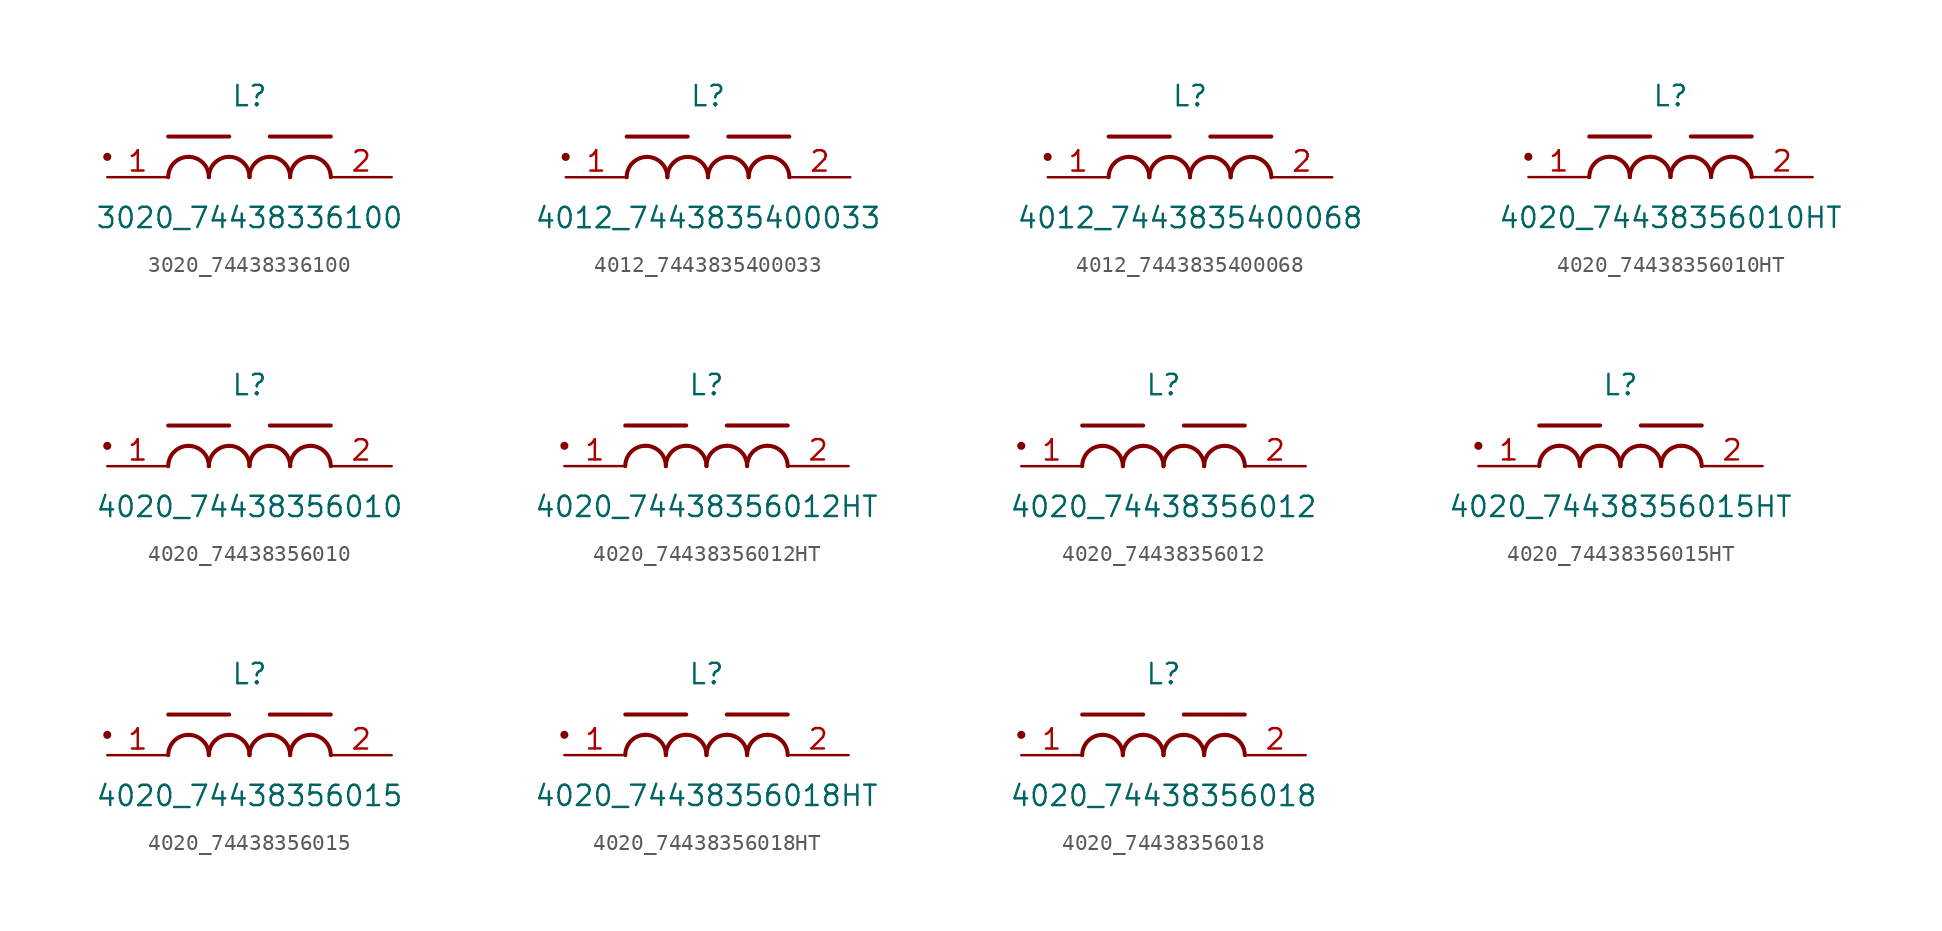
<source format=kicad_sym>
(kicad_symbol_lib
  (version 20211014)
  (generator kicad_symbol_editor)
  (symbol "Inductor_Wurth_WE-MAPI:3020_74438336100"
    (pin_names hide)
    (property "Reference" "L"
      (at 0 5.08 0)
      (effects (font (size 1.27 1.27))))
    (property "Value" "3020_74438336100"
      (at 0 -2.54 0)
      (effects (font (size 1.27 1.27))))
    (symbol "3020_74438336100_0_1"
      (circle (center -8.89 1.27) (radius 0.0001) (stroke (width 0.254)) (stroke (width 0.254) (type default) (color 0 0 0 0)) (fill (type none)))
      (arc (start -3.81 1.27) (mid -4.708 0.898) (end -5.08 0) (stroke (width 0.254) (type default) (color 0 0 0 0)) (fill (type none)))
      (arc (start -2.54 0) (mid -2.912 0.898) (end -3.81 1.27) (stroke (width 0.254) (type default) (color 0 0 0 0)) (fill (type none)))
      (arc (start -1.2699 1.2701) (mid -2.1679 0.8981) (end -2.5399 0.0001) (stroke (width 0.254) (type default) (color 0 0 0 0)) (fill (type none)))
      (polyline (pts (xy -5.08 2.54) (xy -1.27 2.54)) (stroke (width 0.254) (type default) (color 0 0 0 0)) (fill (type none)))
      (polyline (pts (xy 5.08 2.54) (xy 1.27 2.54)) (stroke (width 0.254) (type default) (color 0 0 0 0)) (fill (type none)))
      (arc (start 0.0001 0.0001) (mid -0.3719 0.8981) (end -1.2699 1.2701) (stroke (width 0.254) (type default) (color 0 0 0 0)) (fill (type none)))
      (arc (start 1.2701 1.2701) (mid 0.3721 0.8981) (end 0.0001 0.0001) (stroke (width 0.254) (type default) (color 0 0 0 0)) (fill (type none)))
      (arc (start 2.5401 0.0001) (mid 2.1681 0.8981) (end 1.2701 1.2701) (stroke (width 0.254) (type default) (color 0 0 0 0)) (fill (type none)))
      (arc (start 3.8101 1.2701) (mid 2.9121 0.8981) (end 2.5401 0.0001) (stroke (width 0.254) (type default) (color 0 0 0 0)) (fill (type none)))
      (arc (start 5.0801 0.0001) (mid 4.7081 0.8981) (end 3.8101 1.2701) (stroke (width 0.254) (type default) (color 0 0 0 0)) (fill (type none))))
    (symbol "3020_74438336100_1_1"
      (pin passive line (at -8.89 0 0) (length 3.81) (name "1" (effects (font (size 1.27 1.27)))) (number "1" (effects (font (size 1.27 1.27)))))
      (pin passive line (at 8.89 0 180) (length 3.81) (name "2" (effects (font (size 1.27 1.27)))) (number "2" (effects (font (size 1.27 1.27)))))))
  (symbol "Inductor_Wurth_WE-MAPI:4012_7443835400033"
    (pin_names hide)
    (property "Reference" "L"
      (at 0 5.08 0)
      (effects (font (size 1.27 1.27))))
    (property "Value" "4012_7443835400033"
      (at 0 -2.54 0)
      (effects (font (size 1.27 1.27))))
    (symbol "4012_7443835400033_0_1"
      (circle (center -8.89 1.27) (radius 0.0001) (stroke (width 0.254)) (stroke (width 0.254) (type default) (color 0 0 0 0)) (fill (type none)))
      (arc (start -3.81 1.27) (mid -4.708 0.898) (end -5.08 0) (stroke (width 0.254) (type default) (color 0 0 0 0)) (fill (type none)))
      (arc (start -2.54 0) (mid -2.912 0.898) (end -3.81 1.27) (stroke (width 0.254) (type default) (color 0 0 0 0)) (fill (type none)))
      (arc (start -1.2699 1.2701) (mid -2.1679 0.8981) (end -2.5399 0.0001) (stroke (width 0.254) (type default) (color 0 0 0 0)) (fill (type none)))
      (polyline (pts (xy -5.08 2.54) (xy -1.27 2.54)) (stroke (width 0.254) (type default) (color 0 0 0 0)) (fill (type none)))
      (polyline (pts (xy 5.08 2.54) (xy 1.27 2.54)) (stroke (width 0.254) (type default) (color 0 0 0 0)) (fill (type none)))
      (arc (start 0.0001 0.0001) (mid -0.3719 0.8981) (end -1.2699 1.2701) (stroke (width 0.254) (type default) (color 0 0 0 0)) (fill (type none)))
      (arc (start 1.2701 1.2701) (mid 0.3721 0.8981) (end 0.0001 0.0001) (stroke (width 0.254) (type default) (color 0 0 0 0)) (fill (type none)))
      (arc (start 2.5401 0.0001) (mid 2.1681 0.8981) (end 1.2701 1.2701) (stroke (width 0.254) (type default) (color 0 0 0 0)) (fill (type none)))
      (arc (start 3.8101 1.2701) (mid 2.9121 0.8981) (end 2.5401 0.0001) (stroke (width 0.254) (type default) (color 0 0 0 0)) (fill (type none)))
      (arc (start 5.0801 0.0001) (mid 4.7081 0.8981) (end 3.8101 1.2701) (stroke (width 0.254) (type default) (color 0 0 0 0)) (fill (type none))))
    (symbol "4012_7443835400033_1_1"
      (pin passive line (at -8.89 0 0) (length 3.81) (name "1" (effects (font (size 1.27 1.27)))) (number "1" (effects (font (size 1.27 1.27)))))
      (pin passive line (at 8.89 0 180) (length 3.81) (name "2" (effects (font (size 1.27 1.27)))) (number "2" (effects (font (size 1.27 1.27)))))))
  (symbol "Inductor_Wurth_WE-MAPI:4012_7443835400068"
    (pin_names hide)
    (property "Reference" "L"
      (at 0 5.08 0)
      (effects (font (size 1.27 1.27))))
    (property "Value" "4012_7443835400068"
      (at 0 -2.54 0)
      (effects (font (size 1.27 1.27))))
    (symbol "4012_7443835400068_0_1"
      (circle (center -8.89 1.27) (radius 0.0001) (stroke (width 0.254)) (stroke (width 0.254) (type default) (color 0 0 0 0)) (fill (type none)))
      (arc (start -3.81 1.27) (mid -4.708 0.898) (end -5.08 0) (stroke (width 0.254) (type default) (color 0 0 0 0)) (fill (type none)))
      (arc (start -2.54 0) (mid -2.912 0.898) (end -3.81 1.27) (stroke (width 0.254) (type default) (color 0 0 0 0)) (fill (type none)))
      (arc (start -1.2699 1.2701) (mid -2.1679 0.8981) (end -2.5399 0.0001) (stroke (width 0.254) (type default) (color 0 0 0 0)) (fill (type none)))
      (polyline (pts (xy -5.08 2.54) (xy -1.27 2.54)) (stroke (width 0.254) (type default) (color 0 0 0 0)) (fill (type none)))
      (polyline (pts (xy 5.08 2.54) (xy 1.27 2.54)) (stroke (width 0.254) (type default) (color 0 0 0 0)) (fill (type none)))
      (arc (start 0.0001 0.0001) (mid -0.3719 0.8981) (end -1.2699 1.2701) (stroke (width 0.254) (type default) (color 0 0 0 0)) (fill (type none)))
      (arc (start 1.2701 1.2701) (mid 0.3721 0.8981) (end 0.0001 0.0001) (stroke (width 0.254) (type default) (color 0 0 0 0)) (fill (type none)))
      (arc (start 2.5401 0.0001) (mid 2.1681 0.8981) (end 1.2701 1.2701) (stroke (width 0.254) (type default) (color 0 0 0 0)) (fill (type none)))
      (arc (start 3.8101 1.2701) (mid 2.9121 0.8981) (end 2.5401 0.0001) (stroke (width 0.254) (type default) (color 0 0 0 0)) (fill (type none)))
      (arc (start 5.0801 0.0001) (mid 4.7081 0.8981) (end 3.8101 1.2701) (stroke (width 0.254) (type default) (color 0 0 0 0)) (fill (type none))))
    (symbol "4012_7443835400068_1_1"
      (pin passive line (at -8.89 0 0) (length 3.81) (name "1" (effects (font (size 1.27 1.27)))) (number "1" (effects (font (size 1.27 1.27)))))
      (pin passive line (at 8.89 0 180) (length 3.81) (name "2" (effects (font (size 1.27 1.27)))) (number "2" (effects (font (size 1.27 1.27)))))))
  (symbol "Inductor_Wurth_WE-MAPI:4020_74438356010HT"
    (pin_names hide)
    (property "Reference" "L"
      (at 0 5.08 0)
      (effects (font (size 1.27 1.27))))
    (property "Value" "4020_74438356010HT"
      (at 0 -2.54 0)
      (effects (font (size 1.27 1.27))))
    (symbol "4020_74438356010HT_0_1"
      (circle (center -8.89 1.27) (radius 0.0001) (stroke (width 0.254)) (stroke (width 0.254) (type default) (color 0 0 0 0)) (fill (type none)))
      (arc (start -3.81 1.27) (mid -4.708 0.898) (end -5.08 0) (stroke (width 0.254) (type default) (color 0 0 0 0)) (fill (type none)))
      (arc (start -2.54 0) (mid -2.912 0.898) (end -3.81 1.27) (stroke (width 0.254) (type default) (color 0 0 0 0)) (fill (type none)))
      (arc (start -1.2699 1.2701) (mid -2.1679 0.8981) (end -2.5399 0.0001) (stroke (width 0.254) (type default) (color 0 0 0 0)) (fill (type none)))
      (polyline (pts (xy -5.08 2.54) (xy -1.27 2.54)) (stroke (width 0.254) (type default) (color 0 0 0 0)) (fill (type none)))
      (polyline (pts (xy 5.08 2.54) (xy 1.27 2.54)) (stroke (width 0.254) (type default) (color 0 0 0 0)) (fill (type none)))
      (arc (start 0.0001 0.0001) (mid -0.3719 0.8981) (end -1.2699 1.2701) (stroke (width 0.254) (type default) (color 0 0 0 0)) (fill (type none)))
      (arc (start 1.2701 1.2701) (mid 0.3721 0.8981) (end 0.0001 0.0001) (stroke (width 0.254) (type default) (color 0 0 0 0)) (fill (type none)))
      (arc (start 2.5401 0.0001) (mid 2.1681 0.8981) (end 1.2701 1.2701) (stroke (width 0.254) (type default) (color 0 0 0 0)) (fill (type none)))
      (arc (start 3.8101 1.2701) (mid 2.9121 0.8981) (end 2.5401 0.0001) (stroke (width 0.254) (type default) (color 0 0 0 0)) (fill (type none)))
      (arc (start 5.0801 0.0001) (mid 4.7081 0.8981) (end 3.8101 1.2701) (stroke (width 0.254) (type default) (color 0 0 0 0)) (fill (type none))))
    (symbol "4020_74438356010HT_1_1"
      (pin passive line (at -8.89 0 0) (length 3.81) (name "1" (effects (font (size 1.27 1.27)))) (number "1" (effects (font (size 1.27 1.27)))))
      (pin passive line (at 8.89 0 180) (length 3.81) (name "2" (effects (font (size 1.27 1.27)))) (number "2" (effects (font (size 1.27 1.27)))))))
  (symbol "Inductor_Wurth_WE-MAPI:4020_74438356010"
    (pin_names hide)
    (property "Reference" "L"
      (at 0 5.08 0)
      (effects (font (size 1.27 1.27))))
    (property "Value" "4020_74438356010"
      (at 0 -2.54 0)
      (effects (font (size 1.27 1.27))))
    (symbol "4020_74438356010_0_1"
      (circle (center -8.89 1.27) (radius 0.0001) (stroke (width 0.254)) (stroke (width 0.254) (type default) (color 0 0 0 0)) (fill (type none)))
      (arc (start -3.81 1.27) (mid -4.708 0.898) (end -5.08 0) (stroke (width 0.254) (type default) (color 0 0 0 0)) (fill (type none)))
      (arc (start -2.54 0) (mid -2.912 0.898) (end -3.81 1.27) (stroke (width 0.254) (type default) (color 0 0 0 0)) (fill (type none)))
      (arc (start -1.2699 1.2701) (mid -2.1679 0.8981) (end -2.5399 0.0001) (stroke (width 0.254) (type default) (color 0 0 0 0)) (fill (type none)))
      (polyline (pts (xy -5.08 2.54) (xy -1.27 2.54)) (stroke (width 0.254) (type default) (color 0 0 0 0)) (fill (type none)))
      (polyline (pts (xy 5.08 2.54) (xy 1.27 2.54)) (stroke (width 0.254) (type default) (color 0 0 0 0)) (fill (type none)))
      (arc (start 0.0001 0.0001) (mid -0.3719 0.8981) (end -1.2699 1.2701) (stroke (width 0.254) (type default) (color 0 0 0 0)) (fill (type none)))
      (arc (start 1.2701 1.2701) (mid 0.3721 0.8981) (end 0.0001 0.0001) (stroke (width 0.254) (type default) (color 0 0 0 0)) (fill (type none)))
      (arc (start 2.5401 0.0001) (mid 2.1681 0.8981) (end 1.2701 1.2701) (stroke (width 0.254) (type default) (color 0 0 0 0)) (fill (type none)))
      (arc (start 3.8101 1.2701) (mid 2.9121 0.8981) (end 2.5401 0.0001) (stroke (width 0.254) (type default) (color 0 0 0 0)) (fill (type none)))
      (arc (start 5.0801 0.0001) (mid 4.7081 0.8981) (end 3.8101 1.2701) (stroke (width 0.254) (type default) (color 0 0 0 0)) (fill (type none))))
    (symbol "4020_74438356010_1_1"
      (pin passive line (at -8.89 0 0) (length 3.81) (name "1" (effects (font (size 1.27 1.27)))) (number "1" (effects (font (size 1.27 1.27)))))
      (pin passive line (at 8.89 0 180) (length 3.81) (name "2" (effects (font (size 1.27 1.27)))) (number "2" (effects (font (size 1.27 1.27)))))))
  (symbol "Inductor_Wurth_WE-MAPI:4020_74438356012HT"
    (pin_names hide)
    (property "Reference" "L"
      (at 0 5.08 0)
      (effects (font (size 1.27 1.27))))
    (property "Value" "4020_74438356012HT"
      (at 0 -2.54 0)
      (effects (font (size 1.27 1.27))))
    (symbol "4020_74438356012HT_0_1"
      (circle (center -8.89 1.27) (radius 0.0001) (stroke (width 0.254)) (stroke (width 0.254) (type default) (color 0 0 0 0)) (fill (type none)))
      (arc (start -3.81 1.27) (mid -4.708 0.898) (end -5.08 0) (stroke (width 0.254) (type default) (color 0 0 0 0)) (fill (type none)))
      (arc (start -2.54 0) (mid -2.912 0.898) (end -3.81 1.27) (stroke (width 0.254) (type default) (color 0 0 0 0)) (fill (type none)))
      (arc (start -1.2699 1.2701) (mid -2.1679 0.8981) (end -2.5399 0.0001) (stroke (width 0.254) (type default) (color 0 0 0 0)) (fill (type none)))
      (polyline (pts (xy -5.08 2.54) (xy -1.27 2.54)) (stroke (width 0.254) (type default) (color 0 0 0 0)) (fill (type none)))
      (polyline (pts (xy 5.08 2.54) (xy 1.27 2.54)) (stroke (width 0.254) (type default) (color 0 0 0 0)) (fill (type none)))
      (arc (start 0.0001 0.0001) (mid -0.3719 0.8981) (end -1.2699 1.2701) (stroke (width 0.254) (type default) (color 0 0 0 0)) (fill (type none)))
      (arc (start 1.2701 1.2701) (mid 0.3721 0.8981) (end 0.0001 0.0001) (stroke (width 0.254) (type default) (color 0 0 0 0)) (fill (type none)))
      (arc (start 2.5401 0.0001) (mid 2.1681 0.8981) (end 1.2701 1.2701) (stroke (width 0.254) (type default) (color 0 0 0 0)) (fill (type none)))
      (arc (start 3.8101 1.2701) (mid 2.9121 0.8981) (end 2.5401 0.0001) (stroke (width 0.254) (type default) (color 0 0 0 0)) (fill (type none)))
      (arc (start 5.0801 0.0001) (mid 4.7081 0.8981) (end 3.8101 1.2701) (stroke (width 0.254) (type default) (color 0 0 0 0)) (fill (type none))))
    (symbol "4020_74438356012HT_1_1"
      (pin passive line (at -8.89 0 0) (length 3.81) (name "1" (effects (font (size 1.27 1.27)))) (number "1" (effects (font (size 1.27 1.27)))))
      (pin passive line (at 8.89 0 180) (length 3.81) (name "2" (effects (font (size 1.27 1.27)))) (number "2" (effects (font (size 1.27 1.27)))))))
  (symbol "Inductor_Wurth_WE-MAPI:4020_74438356012"
    (pin_names hide)
    (property "Reference" "L"
      (at 0 5.08 0)
      (effects (font (size 1.27 1.27))))
    (property "Value" "4020_74438356012"
      (at 0 -2.54 0)
      (effects (font (size 1.27 1.27))))
    (symbol "4020_74438356012_0_1"
      (circle (center -8.89 1.27) (radius 0.0001) (stroke (width 0.254)) (stroke (width 0.254) (type default) (color 0 0 0 0)) (fill (type none)))
      (arc (start -3.81 1.27) (mid -4.708 0.898) (end -5.08 0) (stroke (width 0.254) (type default) (color 0 0 0 0)) (fill (type none)))
      (arc (start -2.54 0) (mid -2.912 0.898) (end -3.81 1.27) (stroke (width 0.254) (type default) (color 0 0 0 0)) (fill (type none)))
      (arc (start -1.2699 1.2701) (mid -2.1679 0.8981) (end -2.5399 0.0001) (stroke (width 0.254) (type default) (color 0 0 0 0)) (fill (type none)))
      (polyline (pts (xy -5.08 2.54) (xy -1.27 2.54)) (stroke (width 0.254) (type default) (color 0 0 0 0)) (fill (type none)))
      (polyline (pts (xy 5.08 2.54) (xy 1.27 2.54)) (stroke (width 0.254) (type default) (color 0 0 0 0)) (fill (type none)))
      (arc (start 0.0001 0.0001) (mid -0.3719 0.8981) (end -1.2699 1.2701) (stroke (width 0.254) (type default) (color 0 0 0 0)) (fill (type none)))
      (arc (start 1.2701 1.2701) (mid 0.3721 0.8981) (end 0.0001 0.0001) (stroke (width 0.254) (type default) (color 0 0 0 0)) (fill (type none)))
      (arc (start 2.5401 0.0001) (mid 2.1681 0.8981) (end 1.2701 1.2701) (stroke (width 0.254) (type default) (color 0 0 0 0)) (fill (type none)))
      (arc (start 3.8101 1.2701) (mid 2.9121 0.8981) (end 2.5401 0.0001) (stroke (width 0.254) (type default) (color 0 0 0 0)) (fill (type none)))
      (arc (start 5.0801 0.0001) (mid 4.7081 0.8981) (end 3.8101 1.2701) (stroke (width 0.254) (type default) (color 0 0 0 0)) (fill (type none))))
    (symbol "4020_74438356012_1_1"
      (pin passive line (at -8.89 0 0) (length 3.81) (name "1" (effects (font (size 1.27 1.27)))) (number "1" (effects (font (size 1.27 1.27)))))
      (pin passive line (at 8.89 0 180) (length 3.81) (name "2" (effects (font (size 1.27 1.27)))) (number "2" (effects (font (size 1.27 1.27)))))))
  (symbol "Inductor_Wurth_WE-MAPI:4020_74438356015HT"
    (pin_names hide)
    (property "Reference" "L"
      (at 0 5.08 0)
      (effects (font (size 1.27 1.27))))
    (property "Value" "4020_74438356015HT"
      (at 0 -2.54 0)
      (effects (font (size 1.27 1.27))))
    (symbol "4020_74438356015HT_0_1"
      (circle (center -8.89 1.27) (radius 0.0001) (stroke (width 0.254)) (stroke (width 0.254) (type default) (color 0 0 0 0)) (fill (type none)))
      (arc (start -3.81 1.27) (mid -4.708 0.898) (end -5.08 0) (stroke (width 0.254) (type default) (color 0 0 0 0)) (fill (type none)))
      (arc (start -2.54 0) (mid -2.912 0.898) (end -3.81 1.27) (stroke (width 0.254) (type default) (color 0 0 0 0)) (fill (type none)))
      (arc (start -1.2699 1.2701) (mid -2.1679 0.8981) (end -2.5399 0.0001) (stroke (width 0.254) (type default) (color 0 0 0 0)) (fill (type none)))
      (polyline (pts (xy -5.08 2.54) (xy -1.27 2.54)) (stroke (width 0.254) (type default) (color 0 0 0 0)) (fill (type none)))
      (polyline (pts (xy 5.08 2.54) (xy 1.27 2.54)) (stroke (width 0.254) (type default) (color 0 0 0 0)) (fill (type none)))
      (arc (start 0.0001 0.0001) (mid -0.3719 0.8981) (end -1.2699 1.2701) (stroke (width 0.254) (type default) (color 0 0 0 0)) (fill (type none)))
      (arc (start 1.2701 1.2701) (mid 0.3721 0.8981) (end 0.0001 0.0001) (stroke (width 0.254) (type default) (color 0 0 0 0)) (fill (type none)))
      (arc (start 2.5401 0.0001) (mid 2.1681 0.8981) (end 1.2701 1.2701) (stroke (width 0.254) (type default) (color 0 0 0 0)) (fill (type none)))
      (arc (start 3.8101 1.2701) (mid 2.9121 0.8981) (end 2.5401 0.0001) (stroke (width 0.254) (type default) (color 0 0 0 0)) (fill (type none)))
      (arc (start 5.0801 0.0001) (mid 4.7081 0.8981) (end 3.8101 1.2701) (stroke (width 0.254) (type default) (color 0 0 0 0)) (fill (type none))))
    (symbol "4020_74438356015HT_1_1"
      (pin passive line (at -8.89 0 0) (length 3.81) (name "1" (effects (font (size 1.27 1.27)))) (number "1" (effects (font (size 1.27 1.27)))))
      (pin passive line (at 8.89 0 180) (length 3.81) (name "2" (effects (font (size 1.27 1.27)))) (number "2" (effects (font (size 1.27 1.27)))))))
  (symbol "Inductor_Wurth_WE-MAPI:4020_74438356015"
    (pin_names hide)
    (property "Reference" "L"
      (at 0 5.08 0)
      (effects (font (size 1.27 1.27))))
    (property "Value" "4020_74438356015"
      (at 0 -2.54 0)
      (effects (font (size 1.27 1.27))))
    (symbol "4020_74438356015_0_1"
      (circle (center -8.89 1.27) (radius 0.0001) (stroke (width 0.254)) (stroke (width 0.254) (type default) (color 0 0 0 0)) (fill (type none)))
      (arc (start -3.81 1.27) (mid -4.708 0.898) (end -5.08 0) (stroke (width 0.254) (type default) (color 0 0 0 0)) (fill (type none)))
      (arc (start -2.54 0) (mid -2.912 0.898) (end -3.81 1.27) (stroke (width 0.254) (type default) (color 0 0 0 0)) (fill (type none)))
      (arc (start -1.2699 1.2701) (mid -2.1679 0.8981) (end -2.5399 0.0001) (stroke (width 0.254) (type default) (color 0 0 0 0)) (fill (type none)))
      (polyline (pts (xy -5.08 2.54) (xy -1.27 2.54)) (stroke (width 0.254) (type default) (color 0 0 0 0)) (fill (type none)))
      (polyline (pts (xy 5.08 2.54) (xy 1.27 2.54)) (stroke (width 0.254) (type default) (color 0 0 0 0)) (fill (type none)))
      (arc (start 0.0001 0.0001) (mid -0.3719 0.8981) (end -1.2699 1.2701) (stroke (width 0.254) (type default) (color 0 0 0 0)) (fill (type none)))
      (arc (start 1.2701 1.2701) (mid 0.3721 0.8981) (end 0.0001 0.0001) (stroke (width 0.254) (type default) (color 0 0 0 0)) (fill (type none)))
      (arc (start 2.5401 0.0001) (mid 2.1681 0.8981) (end 1.2701 1.2701) (stroke (width 0.254) (type default) (color 0 0 0 0)) (fill (type none)))
      (arc (start 3.8101 1.2701) (mid 2.9121 0.8981) (end 2.5401 0.0001) (stroke (width 0.254) (type default) (color 0 0 0 0)) (fill (type none)))
      (arc (start 5.0801 0.0001) (mid 4.7081 0.8981) (end 3.8101 1.2701) (stroke (width 0.254) (type default) (color 0 0 0 0)) (fill (type none))))
    (symbol "4020_74438356015_1_1"
      (pin passive line (at -8.89 0 0) (length 3.81) (name "1" (effects (font (size 1.27 1.27)))) (number "1" (effects (font (size 1.27 1.27)))))
      (pin passive line (at 8.89 0 180) (length 3.81) (name "2" (effects (font (size 1.27 1.27)))) (number "2" (effects (font (size 1.27 1.27)))))))
  (symbol "Inductor_Wurth_WE-MAPI:4020_74438356018HT"
    (pin_names hide)
    (property "Reference" "L"
      (at 0 5.08 0)
      (effects (font (size 1.27 1.27))))
    (property "Value" "4020_74438356018HT"
      (at 0 -2.54 0)
      (effects (font (size 1.27 1.27))))
    (symbol "4020_74438356018HT_0_1"
      (circle (center -8.89 1.27) (radius 0.0001) (stroke (width 0.254)) (stroke (width 0.254) (type default) (color 0 0 0 0)) (fill (type none)))
      (arc (start -3.81 1.27) (mid -4.708 0.898) (end -5.08 0) (stroke (width 0.254) (type default) (color 0 0 0 0)) (fill (type none)))
      (arc (start -2.54 0) (mid -2.912 0.898) (end -3.81 1.27) (stroke (width 0.254) (type default) (color 0 0 0 0)) (fill (type none)))
      (arc (start -1.2699 1.2701) (mid -2.1679 0.8981) (end -2.5399 0.0001) (stroke (width 0.254) (type default) (color 0 0 0 0)) (fill (type none)))
      (polyline (pts (xy -5.08 2.54) (xy -1.27 2.54)) (stroke (width 0.254) (type default) (color 0 0 0 0)) (fill (type none)))
      (polyline (pts (xy 5.08 2.54) (xy 1.27 2.54)) (stroke (width 0.254) (type default) (color 0 0 0 0)) (fill (type none)))
      (arc (start 0.0001 0.0001) (mid -0.3719 0.8981) (end -1.2699 1.2701) (stroke (width 0.254) (type default) (color 0 0 0 0)) (fill (type none)))
      (arc (start 1.2701 1.2701) (mid 0.3721 0.8981) (end 0.0001 0.0001) (stroke (width 0.254) (type default) (color 0 0 0 0)) (fill (type none)))
      (arc (start 2.5401 0.0001) (mid 2.1681 0.8981) (end 1.2701 1.2701) (stroke (width 0.254) (type default) (color 0 0 0 0)) (fill (type none)))
      (arc (start 3.8101 1.2701) (mid 2.9121 0.8981) (end 2.5401 0.0001) (stroke (width 0.254) (type default) (color 0 0 0 0)) (fill (type none)))
      (arc (start 5.0801 0.0001) (mid 4.7081 0.8981) (end 3.8101 1.2701) (stroke (width 0.254) (type default) (color 0 0 0 0)) (fill (type none))))
    (symbol "4020_74438356018HT_1_1"
      (pin passive line (at -8.89 0 0) (length 3.81) (name "1" (effects (font (size 1.27 1.27)))) (number "1" (effects (font (size 1.27 1.27)))))
      (pin passive line (at 8.89 0 180) (length 3.81) (name "2" (effects (font (size 1.27 1.27)))) (number "2" (effects (font (size 1.27 1.27)))))))
  (symbol "Inductor_Wurth_WE-MAPI:4020_74438356018"
    (pin_names hide)
    (property "Reference" "L"
      (at 0 5.08 0)
      (effects (font (size 1.27 1.27))))
    (property "Value" "4020_74438356018"
      (at 0 -2.54 0)
      (effects (font (size 1.27 1.27))))
    (symbol "4020_74438356018_0_1"
      (circle (center -8.89 1.27) (radius 0.0001) (stroke (width 0.254)) (stroke (width 0.254) (type default) (color 0 0 0 0)) (fill (type none)))
      (arc (start -3.81 1.27) (mid -4.708 0.898) (end -5.08 0) (stroke (width 0.254) (type default) (color 0 0 0 0)) (fill (type none)))
      (arc (start -2.54 0) (mid -2.912 0.898) (end -3.81 1.27) (stroke (width 0.254) (type default) (color 0 0 0 0)) (fill (type none)))
      (arc (start -1.2699 1.2701) (mid -2.1679 0.8981) (end -2.5399 0.0001) (stroke (width 0.254) (type default) (color 0 0 0 0)) (fill (type none)))
      (polyline (pts (xy -5.08 2.54) (xy -1.27 2.54)) (stroke (width 0.254) (type default) (color 0 0 0 0)) (fill (type none)))
      (polyline (pts (xy 5.08 2.54) (xy 1.27 2.54)) (stroke (width 0.254) (type default) (color 0 0 0 0)) (fill (type none)))
      (arc (start 0.0001 0.0001) (mid -0.3719 0.8981) (end -1.2699 1.2701) (stroke (width 0.254) (type default) (color 0 0 0 0)) (fill (type none)))
      (arc (start 1.2701 1.2701) (mid 0.3721 0.8981) (end 0.0001 0.0001) (stroke (width 0.254) (type default) (color 0 0 0 0)) (fill (type none)))
      (arc (start 2.5401 0.0001) (mid 2.1681 0.8981) (end 1.2701 1.2701) (stroke (width 0.254) (type default) (color 0 0 0 0)) (fill (type none)))
      (arc (start 3.8101 1.2701) (mid 2.9121 0.8981) (end 2.5401 0.0001) (stroke (width 0.254) (type default) (color 0 0 0 0)) (fill (type none)))
      (arc (start 5.0801 0.0001) (mid 4.7081 0.8981) (end 3.8101 1.2701) (stroke (width 0.254) (type default) (color 0 0 0 0)) (fill (type none))))
    (symbol "4020_74438356018_1_1"
      (pin passive line (at -8.89 0 0) (length 3.81) (name "1" (effects (font (size 1.27 1.27)))) (number "1" (effects (font (size 1.27 1.27)))))
      (pin passive line (at 8.89 0 180) (length 3.81) (name "2" (effects (font (size 1.27 1.27)))) (number "2" (effects (font (size 1.27 1.27))))))))
</source>
